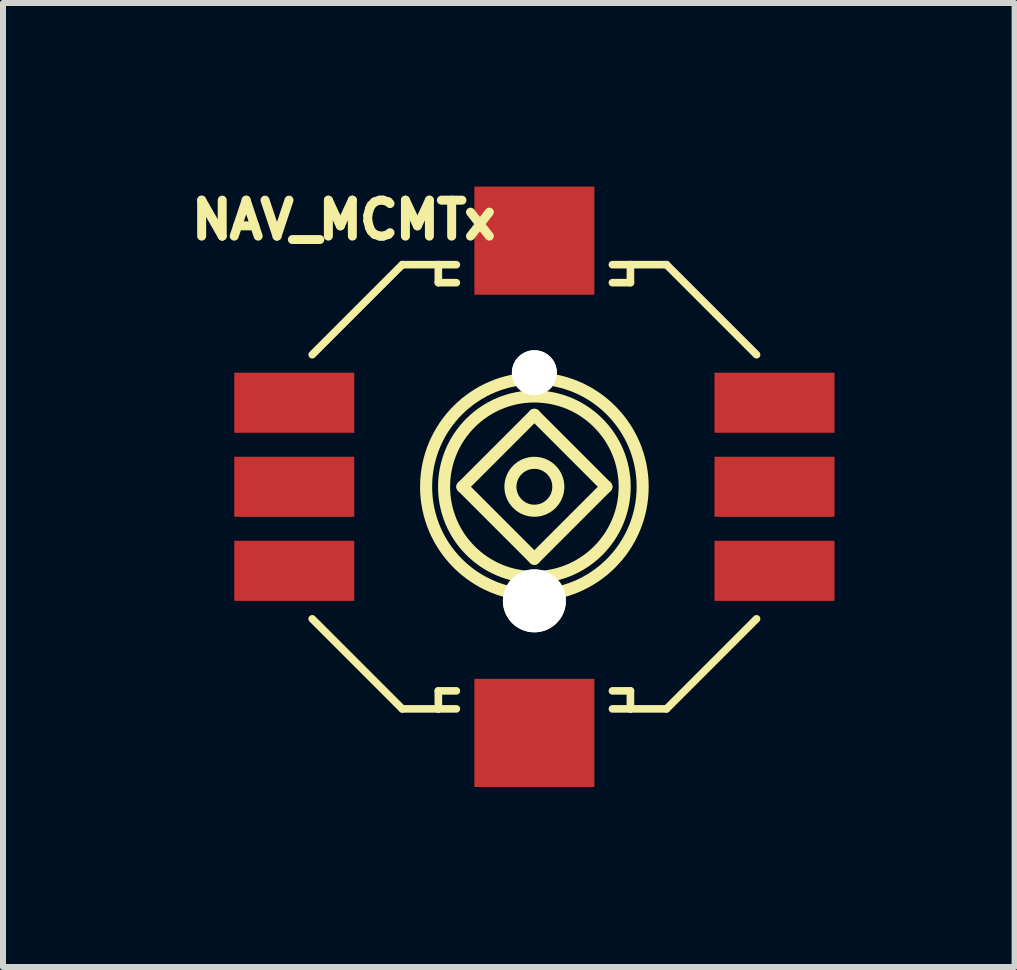
<source format=kicad_pcb>
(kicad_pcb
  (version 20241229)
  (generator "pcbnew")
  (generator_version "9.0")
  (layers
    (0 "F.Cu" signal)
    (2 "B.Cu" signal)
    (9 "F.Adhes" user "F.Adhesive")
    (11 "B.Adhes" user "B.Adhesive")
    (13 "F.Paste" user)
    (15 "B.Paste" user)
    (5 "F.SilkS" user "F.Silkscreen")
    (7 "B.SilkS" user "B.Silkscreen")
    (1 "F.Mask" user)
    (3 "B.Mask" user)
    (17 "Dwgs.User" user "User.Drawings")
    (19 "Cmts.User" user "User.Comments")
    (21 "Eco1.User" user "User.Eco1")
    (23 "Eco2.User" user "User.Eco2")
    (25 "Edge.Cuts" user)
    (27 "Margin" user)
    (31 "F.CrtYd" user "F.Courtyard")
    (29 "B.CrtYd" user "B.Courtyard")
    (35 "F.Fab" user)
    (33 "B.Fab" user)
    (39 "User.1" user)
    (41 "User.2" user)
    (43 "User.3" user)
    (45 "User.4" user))
  (footprint "NAV_MCMTx"
    (layer "F.Cu")
    (at 5.852 5.059)
    (property "Reference" "NAV_MCMTx" (at -3.175 -4.445 0) (layer "F.SilkS") (effects (font (size 0.599 0.599) (thickness 0.15))))
    (attr through_hole)
    (fp_line (start -3.701 -2.2) (end -2.2 -3.701) (stroke (width 0.127) (type solid)) (layer "F.SilkS"))
    (fp_line (start -2.2 -3.7) (end -1.6 -3.7) (stroke (width 0.127) (type solid)) (layer "F.SilkS"))
    (fp_line (start -2.2 3.7) (end -1.6 3.7) (stroke (width 0.127) (type solid)) (layer "F.SilkS"))
    (fp_line (start -2.2 3.701) (end -3.701 2.2) (stroke (width 0.127) (type solid)) (layer "F.SilkS"))
    (fp_line (start -1.6 -3.701) (end -1.6 -3.401) (stroke (width 0.127) (type solid)) (layer "F.SilkS"))
    (fp_line (start -1.6 3.401) (end -1.6 3.701) (stroke (width 0.127) (type solid)) (layer "F.SilkS"))
    (fp_line (start -1.6 -3.7) (end -1.3 -3.7) (stroke (width 0.127) (type solid)) (layer "F.SilkS"))
    (fp_line (start -1.6 -3.4) (end -1.3 -3.4) (stroke (width 0.127) (type solid)) (layer "F.SilkS"))
    (fp_line (start -1.6 3.4) (end -1.3 3.4) (stroke (width 0.127) (type solid)) (layer "F.SilkS"))
    (fp_line (start -1.3 3.7) (end -1.6 3.7) (stroke (width 0.127) (type solid)) (layer "F.SilkS"))
    (fp_line (start -1.199 0) (end 0 -1.199) (stroke (width 0.201) (type solid)) (layer "F.SilkS"))
    (fp_line (start 0 -1.199) (end 1.199 0) (stroke (width 0.201) (type solid)) (layer "F.SilkS"))
    (fp_line (start 0 1.199) (end -1.199 0) (stroke (width 0.201) (type solid)) (layer "F.SilkS"))
    (fp_line (start 1.199 0) (end 0 1.199) (stroke (width 0.201) (type solid)) (layer "F.SilkS"))
    (fp_line (start 1.6 -3.7) (end 1.3 -3.7) (stroke (width 0.127) (type solid)) (layer "F.SilkS"))
    (fp_line (start 1.6 -3.7) (end 2.2 -3.7) (stroke (width 0.127) (type solid)) (layer "F.SilkS"))
    (fp_line (start 1.6 -3.4) (end 1.3 -3.4) (stroke (width 0.127) (type solid)) (layer "F.SilkS"))
    (fp_line (start 1.6 3.4) (end 1.3 3.4) (stroke (width 0.127) (type solid)) (layer "F.SilkS"))
    (fp_line (start 1.6 3.7) (end 1.3 3.7) (stroke (width 0.127) (type solid)) (layer "F.SilkS"))
    (fp_line (start 1.6 -3.401) (end 1.6 -3.701) (stroke (width 0.127) (type solid)) (layer "F.SilkS"))
    (fp_line (start 1.6 3.701) (end 1.6 3.401) (stroke (width 0.127) (type solid)) (layer "F.SilkS"))
    (fp_line (start 2.2 -3.701) (end 3.701 -2.2) (stroke (width 0.127) (type solid)) (layer "F.SilkS"))
    (fp_line (start 2.2 3.7) (end 1.6 3.7) (stroke (width 0.127) (type solid)) (layer "F.SilkS"))
    (fp_line (start 3.701 2.2) (end 2.2 3.701) (stroke (width 0.127) (type solid)) (layer "F.SilkS"))
    (fp_circle (center 0 0) (end 0.399 0) (stroke (width 0.201) (type solid)) (fill no) (layer "F.SilkS"))
    (fp_circle (center 0 0) (end 1.501 -0.099) (stroke (width 0.201) (type solid)) (fill no) (layer "F.SilkS"))
    (fp_circle (center 0 0) (end 1.801 0.099) (stroke (width 0.201) (type solid)) (fill no) (layer "F.SilkS"))
    (pad "" np_thru_hole circle (at 0 -1.9) (size 0.749 0.749) (drill 0.749) (layers "*.Cu" "*.Mask" "F.SilkS"))
    (pad "" np_thru_hole circle (at 0 1.9) (size 1.049 1.049) (drill 1.049) (layers "*.Cu" "*.Mask" "F.SilkS"))
    (pad "1" smd rect (at -4 -1.4) (size 1.999 1.001) (layers "F.Cu" "F.Mask" "F.Paste"))
    (pad "2" smd rect (at -4 0) (size 1.999 1.001) (layers "F.Cu" "F.Mask" "F.Paste"))
    (pad "3" smd rect (at -4 1.4) (size 1.999 1.001) (layers "F.Cu" "F.Mask" "F.Paste"))
    (pad "4" smd rect (at 4 -1.4) (size 1.999 1.001) (layers "F.Cu" "F.Mask" "F.Paste"))
    (pad "5" smd rect (at 4 0) (size 1.999 1.001) (layers "F.Cu" "F.Mask" "F.Paste"))
    (pad "6" smd rect (at 4 1.4) (size 1.999 1.001) (layers "F.Cu" "F.Mask" "F.Paste"))
    (pad "7" smd rect (at 0 4.1) (size 1.999 1.801) (layers "F.Cu" "F.Mask" "F.Paste"))
    (pad "8" smd rect (at 0 -4.1) (size 1.999 1.801) (layers "F.Cu" "F.Mask" "F.Paste")))
  (gr_rect
    (start -3 -3)
    (end 13.852 13.059)
    (stroke (width 0.1) (type default))
    (fill no)
    (layer "Edge.Cuts")))
</source>
